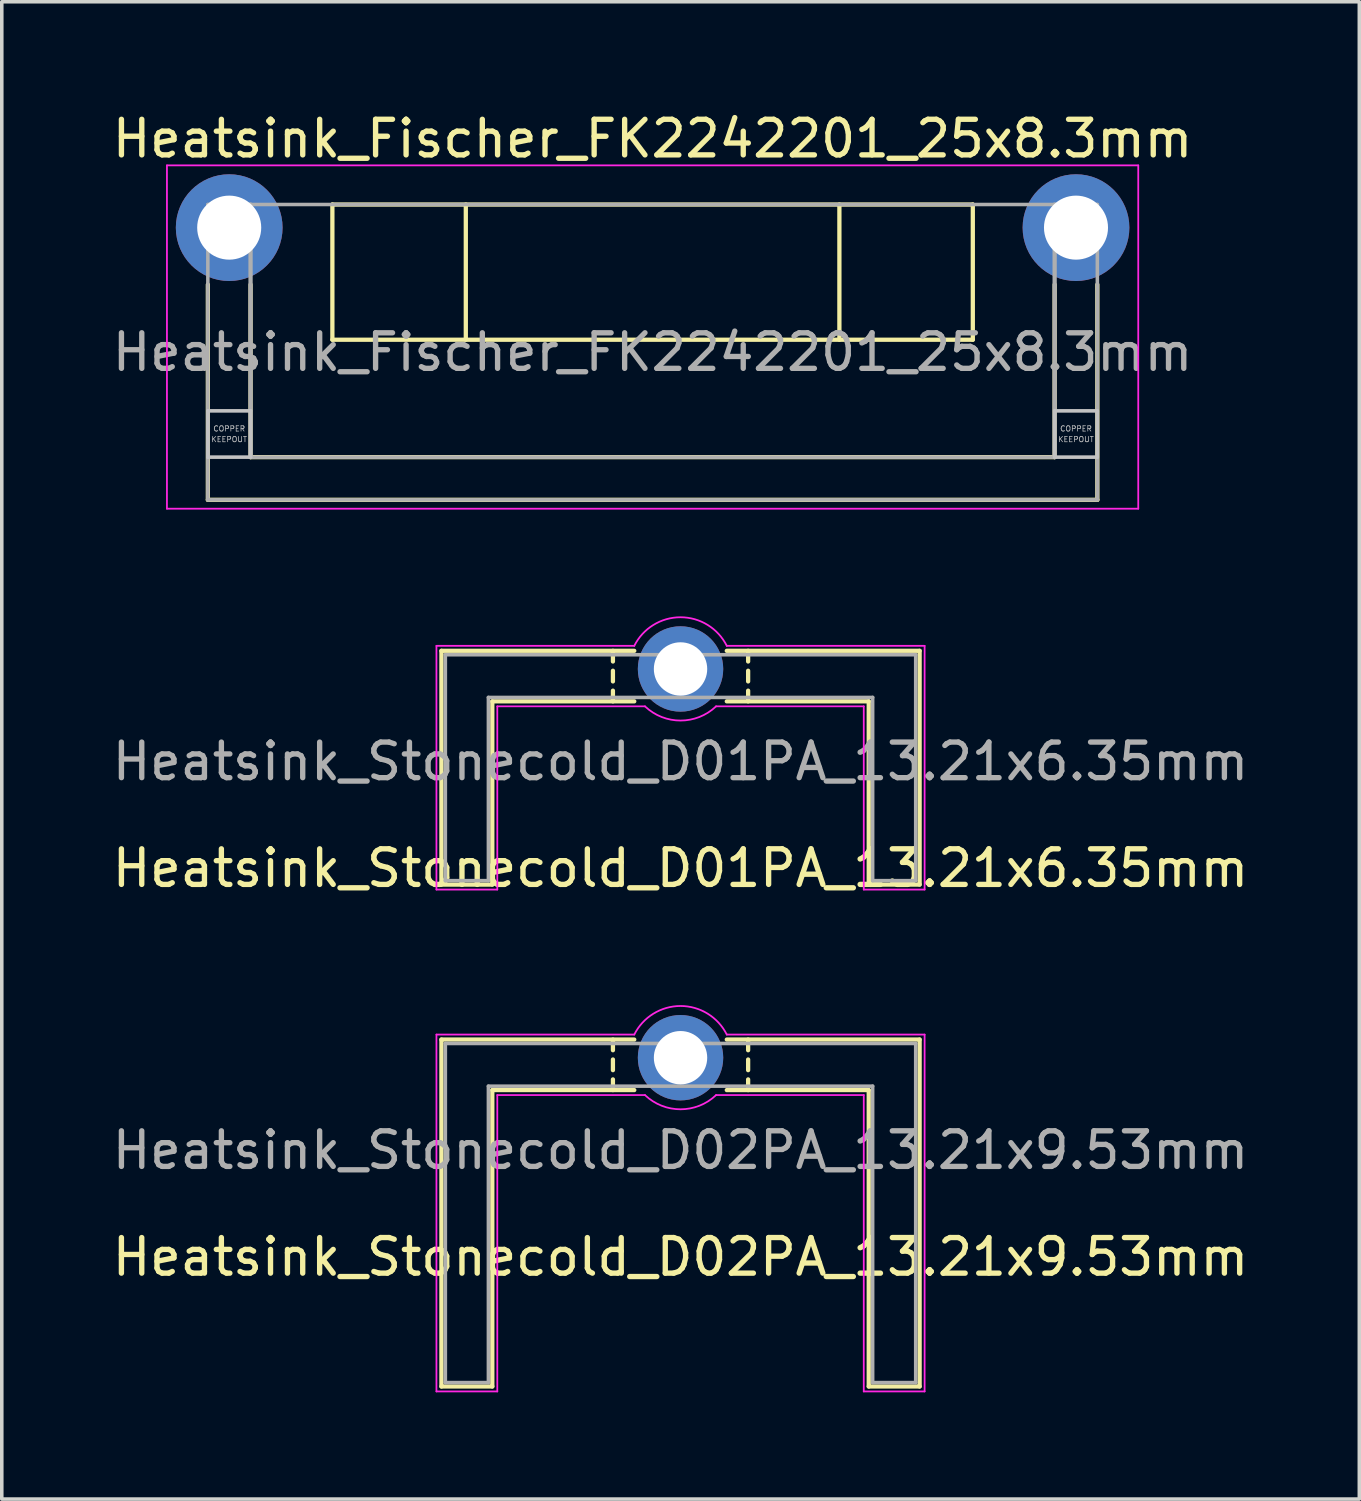
<source format=kicad_pcb>
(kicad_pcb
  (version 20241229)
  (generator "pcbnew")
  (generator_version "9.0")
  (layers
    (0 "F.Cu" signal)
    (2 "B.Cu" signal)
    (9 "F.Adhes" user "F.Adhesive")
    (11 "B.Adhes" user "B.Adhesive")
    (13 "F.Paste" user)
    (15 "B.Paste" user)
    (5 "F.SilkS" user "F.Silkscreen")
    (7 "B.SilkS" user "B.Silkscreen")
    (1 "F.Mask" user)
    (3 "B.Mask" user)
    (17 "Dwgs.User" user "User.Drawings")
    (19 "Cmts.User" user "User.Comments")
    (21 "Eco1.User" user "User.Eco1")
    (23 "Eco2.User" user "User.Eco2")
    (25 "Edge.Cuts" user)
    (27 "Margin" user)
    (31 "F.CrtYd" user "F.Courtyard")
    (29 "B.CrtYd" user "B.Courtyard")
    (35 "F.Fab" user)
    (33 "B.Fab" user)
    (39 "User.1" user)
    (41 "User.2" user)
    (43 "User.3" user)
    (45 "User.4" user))
  (footprint "Heatsink_Stonecold_D01PA_13.21x6.35mm"
    (layer "F.Cu")
    (at 16.077 15.752)
    (property "Reference" "Heatsink_Stonecold_D01PA_13.21x6.35mm" (at 0 5.6 0) (layer "F.SilkS") (effects (font (size 1 1) (thickness 0.15))))
    (attr through_hole)
    (fp_line (start -6.72 -0.51) (end -6.72 6.06) (stroke (width 0.12) (type solid)) (layer "F.SilkS"))
    (fp_line (start -6.72 -0.51) (end -1.3 -0.51) (stroke (width 0.12) (type solid)) (layer "F.SilkS"))
    (fp_line (start -6.72 6.06) (end -5.29 6.06) (stroke (width 0.12) (type solid)) (layer "F.SilkS"))
    (fp_line (start -5.29 0.91) (end -1.3 0.91) (stroke (width 0.12) (type solid)) (layer "F.SilkS"))
    (fp_line (start -5.29 6.06) (end -5.29 0.91) (stroke (width 0.12) (type solid)) (layer "F.SilkS"))
    (fp_line (start -1.9 -0.51) (end -1.9 -0.21) (stroke (width 0.12) (type solid)) (layer "F.SilkS"))
    (fp_line (start -1.9 0.05) (end -1.9 0.35) (stroke (width 0.12) (type solid)) (layer "F.SilkS"))
    (fp_line (start -1.9 0.61) (end -1.9 0.91) (stroke (width 0.12) (type solid)) (layer "F.SilkS"))
    (fp_line (start 1.3 -0.51) (end 6.72 -0.51) (stroke (width 0.12) (type solid)) (layer "F.SilkS"))
    (fp_line (start 1.3 0.91) (end 5.29 0.91) (stroke (width 0.12) (type solid)) (layer "F.SilkS"))
    (fp_line (start 1.9 -0.51) (end 1.9 -0.21) (stroke (width 0.12) (type solid)) (layer "F.SilkS"))
    (fp_line (start 1.9 0.05) (end 1.9 0.35) (stroke (width 0.12) (type solid)) (layer "F.SilkS"))
    (fp_line (start 1.9 0.61) (end 1.9 0.91) (stroke (width 0.12) (type solid)) (layer "F.SilkS"))
    (fp_line (start 5.29 0.91) (end 5.29 6.06) (stroke (width 0.12) (type solid)) (layer "F.SilkS"))
    (fp_line (start 5.29 6.06) (end 6.72 6.06) (stroke (width 0.12) (type solid)) (layer "F.SilkS"))
    (fp_line (start 6.72 -0.51) (end 6.72 6.06) (stroke (width 0.12) (type solid)) (layer "F.SilkS"))
    (fp_line (start -6.86 -0.65) (end -6.86 6.2) (stroke (width 0.05) (type solid)) (layer "F.CrtYd"))
    (fp_line (start -6.86 -0.65) (end -1.3 -0.65) (stroke (width 0.05) (type solid)) (layer "F.CrtYd"))
    (fp_line (start -6.86 6.2) (end -5.15 6.2) (stroke (width 0.05) (type solid)) (layer "F.CrtYd"))
    (fp_line (start -5.15 1.05) (end -5.15 6.2) (stroke (width 0.05) (type solid)) (layer "F.CrtYd"))
    (fp_line (start -5.15 1.05) (end -1 1.05) (stroke (width 0.05) (type solid)) (layer "F.CrtYd"))
    (fp_line (start 1 1.05) (end 5.15 1.05) (stroke (width 0.05) (type solid)) (layer "F.CrtYd"))
    (fp_line (start 1.3 -0.65) (end 6.86 -0.65) (stroke (width 0.05) (type solid)) (layer "F.CrtYd"))
    (fp_line (start 5.15 1.05) (end 5.15 6.2) (stroke (width 0.05) (type solid)) (layer "F.CrtYd"))
    (fp_line (start 5.15 6.2) (end 6.86 6.2) (stroke (width 0.05) (type solid)) (layer "F.CrtYd"))
    (fp_line (start 6.86 -0.65) (end 6.86 6.2) (stroke (width 0.05) (type solid)) (layer "F.CrtYd"))
    (fp_arc (start -1.3 -0.65) (mid 0 -1.453444) (end 1.3 -0.65) (stroke (width 0.05) (type solid)) (layer "F.CrtYd"))
    (fp_arc (start 1 1.05) (mid 0 1.45) (end -1 1.05) (stroke (width 0.05) (type solid)) (layer "F.CrtYd"))
    (fp_line (start -6.61 -0.4) (end -6.61 5.95) (stroke (width 0.1) (type solid)) (layer "F.Fab"))
    (fp_line (start -6.61 -0.4) (end 6.61 -0.4) (stroke (width 0.1) (type solid)) (layer "F.Fab"))
    (fp_line (start -6.61 5.95) (end -5.4 5.95) (stroke (width 0.1) (type solid)) (layer "F.Fab"))
    (fp_line (start -5.4 0.8) (end -5.4 5.95) (stroke (width 0.1) (type solid)) (layer "F.Fab"))
    (fp_line (start -5.4 0.8) (end 5.4 0.8) (stroke (width 0.1) (type solid)) (layer "F.Fab"))
    (fp_line (start 5.4 0.8) (end 5.4 5.95) (stroke (width 0.1) (type solid)) (layer "F.Fab"))
    (fp_line (start 5.4 5.95) (end 6.61 5.95) (stroke (width 0.1) (type solid)) (layer "F.Fab"))
    (fp_line (start 6.61 -0.4) (end 6.61 5.95) (stroke (width 0.1) (type solid)) (layer "F.Fab"))
    (fp_text user "${REFERENCE}" (at 0 2.6 0) (layer "F.Fab") (effects (font (size 1 1) (thickness 0.15))))
    (pad "1" thru_hole circle (at 0 0) (size 2.4 2.4) (drill 1.5) (layers "*.Cu" "*.Mask")))
  (footprint "Heatsink_Stonecold_D02PA_13.21x9.53mm"
    (layer "F.Cu")
    (at 16.077 26.678)
    (property "Reference" "Heatsink_Stonecold_D02PA_13.21x9.53mm" (at 0 5.6 0) (layer "F.SilkS") (effects (font (size 1 1) (thickness 0.15))))
    (attr through_hole)
    (fp_line (start -6.72 -0.51) (end -6.72 9.24) (stroke (width 0.12) (type solid)) (layer "F.SilkS"))
    (fp_line (start -6.72 -0.51) (end -1.3 -0.51) (stroke (width 0.12) (type solid)) (layer "F.SilkS"))
    (fp_line (start -6.72 9.24) (end -5.29 9.24) (stroke (width 0.12) (type solid)) (layer "F.SilkS"))
    (fp_line (start -5.29 0.91) (end -1.3 0.91) (stroke (width 0.12) (type solid)) (layer "F.SilkS"))
    (fp_line (start -5.29 9.24) (end -5.29 0.91) (stroke (width 0.12) (type solid)) (layer "F.SilkS"))
    (fp_line (start -1.9 -0.51) (end -1.9 -0.21) (stroke (width 0.12) (type solid)) (layer "F.SilkS"))
    (fp_line (start -1.9 0.05) (end -1.9 0.35) (stroke (width 0.12) (type solid)) (layer "F.SilkS"))
    (fp_line (start -1.9 0.61) (end -1.9 0.91) (stroke (width 0.12) (type solid)) (layer "F.SilkS"))
    (fp_line (start 1.3 -0.51) (end 6.72 -0.51) (stroke (width 0.12) (type solid)) (layer "F.SilkS"))
    (fp_line (start 1.3 0.91) (end 5.29 0.91) (stroke (width 0.12) (type solid)) (layer "F.SilkS"))
    (fp_line (start 1.9 -0.51) (end 1.9 -0.21) (stroke (width 0.12) (type solid)) (layer "F.SilkS"))
    (fp_line (start 1.9 0.05) (end 1.9 0.35) (stroke (width 0.12) (type solid)) (layer "F.SilkS"))
    (fp_line (start 1.9 0.61) (end 1.9 0.91) (stroke (width 0.12) (type solid)) (layer "F.SilkS"))
    (fp_line (start 5.29 0.91) (end 5.29 9.24) (stroke (width 0.12) (type solid)) (layer "F.SilkS"))
    (fp_line (start 5.29 9.24) (end 6.72 9.24) (stroke (width 0.12) (type solid)) (layer "F.SilkS"))
    (fp_line (start 6.72 -0.51) (end 6.72 9.24) (stroke (width 0.12) (type solid)) (layer "F.SilkS"))
    (fp_line (start -6.86 -0.65) (end -6.86 9.38) (stroke (width 0.05) (type solid)) (layer "F.CrtYd"))
    (fp_line (start -6.86 -0.65) (end -1.3 -0.65) (stroke (width 0.05) (type solid)) (layer "F.CrtYd"))
    (fp_line (start -6.86 9.38) (end -5.15 9.38) (stroke (width 0.05) (type solid)) (layer "F.CrtYd"))
    (fp_line (start -5.15 1.05) (end -5.15 9.38) (stroke (width 0.05) (type solid)) (layer "F.CrtYd"))
    (fp_line (start -5.15 1.05) (end -1 1.05) (stroke (width 0.05) (type solid)) (layer "F.CrtYd"))
    (fp_line (start 1 1.05) (end 5.15 1.05) (stroke (width 0.05) (type solid)) (layer "F.CrtYd"))
    (fp_line (start 1.3 -0.65) (end 6.86 -0.65) (stroke (width 0.05) (type solid)) (layer "F.CrtYd"))
    (fp_line (start 5.15 1.05) (end 5.15 9.38) (stroke (width 0.05) (type solid)) (layer "F.CrtYd"))
    (fp_line (start 5.15 9.38) (end 6.86 9.38) (stroke (width 0.05) (type solid)) (layer "F.CrtYd"))
    (fp_line (start 6.86 -0.65) (end 6.86 9.38) (stroke (width 0.05) (type solid)) (layer "F.CrtYd"))
    (fp_arc (start -1.3 -0.65) (mid 0 -1.453444) (end 1.3 -0.65) (stroke (width 0.05) (type solid)) (layer "F.CrtYd"))
    (fp_arc (start 1 1.05) (mid 0 1.45) (end -1 1.05) (stroke (width 0.05) (type solid)) (layer "F.CrtYd"))
    (fp_line (start -6.61 -0.4) (end -6.61 9.13) (stroke (width 0.1) (type solid)) (layer "F.Fab"))
    (fp_line (start -6.61 -0.4) (end 6.61 -0.4) (stroke (width 0.1) (type solid)) (layer "F.Fab"))
    (fp_line (start -6.61 9.13) (end -5.4 9.13) (stroke (width 0.1) (type solid)) (layer "F.Fab"))
    (fp_line (start -5.4 0.8) (end -5.4 9.13) (stroke (width 0.1) (type solid)) (layer "F.Fab"))
    (fp_line (start -5.4 0.8) (end 5.4 0.8) (stroke (width 0.1) (type solid)) (layer "F.Fab"))
    (fp_line (start 5.4 0.8) (end 5.4 9.13) (stroke (width 0.1) (type solid)) (layer "F.Fab"))
    (fp_line (start 5.4 9.13) (end 6.61 9.13) (stroke (width 0.1) (type solid)) (layer "F.Fab"))
    (fp_line (start 6.61 -0.4) (end 6.61 9.13) (stroke (width 0.1) (type solid)) (layer "F.Fab"))
    (fp_text user "${REFERENCE}" (at 0 2.6 0) (layer "F.Fab") (effects (font (size 1 1) (thickness 0.15))))
    (pad "1" thru_hole circle (at 0 0) (size 2.4 2.4) (drill 1.5) (layers "*.Cu" "*.Mask")))
  (footprint "Heatsink_Fischer_FK2242201_25x8.3mm"
    (layer "F.Cu")
    (at 3.392 3.348)
    (property "Reference" "Heatsink_Fischer_FK2242201_25x8.3mm" (at 11.9 -2.5 180) (layer "F.SilkS") (effects (font (size 1 1) (thickness 0.15))))
    (attr smd)
    (fp_line (start -0.6 1.6) (end -0.6 7.65) (stroke (width 0.12) (type solid)) (layer "F.SilkS"))
    (fp_line (start 0.6 1.6) (end 0.6 6.45) (stroke (width 0.12) (type solid)) (layer "F.SilkS"))
    (fp_line (start 2.9 -0.65) (end 2.9 3.15) (stroke (width 0.12) (type solid)) (layer "F.SilkS"))
    (fp_line (start 2.9 3.15) (end 20.9 3.15) (stroke (width 0.12) (type solid)) (layer "F.SilkS"))
    (fp_line (start 6.65 -0.65) (end 6.65 3.15) (stroke (width 0.12) (type solid)) (layer "F.SilkS"))
    (fp_line (start 17.15 -0.65) (end 17.15 3.15) (stroke (width 0.12) (type solid)) (layer "F.SilkS"))
    (fp_line (start 20.9 -0.65) (end 2.9 -0.65) (stroke (width 0.12) (type solid)) (layer "F.SilkS"))
    (fp_line (start 20.9 3.15) (end 20.9 -0.65) (stroke (width 0.12) (type solid)) (layer "F.SilkS"))
    (fp_line (start 23.2 1.6) (end 23.2 6.45) (stroke (width 0.12) (type solid)) (layer "F.SilkS"))
    (fp_line (start 23.2 6.45) (end 0.6 6.45) (stroke (width 0.12) (type solid)) (layer "F.SilkS"))
    (fp_line (start 24.4 1.6) (end 24.4 7.65) (stroke (width 0.12) (type solid)) (layer "F.SilkS"))
    (fp_line (start 24.4 7.65) (end -0.6 7.65) (stroke (width 0.12) (type solid)) (layer "F.SilkS"))
    (fp_line (start -0.6 5.15) (end 0.6 5.15) (stroke (width 0.1) (type solid)) (layer "Dwgs.User"))
    (fp_line (start -0.6 6.45) (end -0.6 5.15) (stroke (width 0.1) (type solid)) (layer "Dwgs.User"))
    (fp_line (start 0.6 5.15) (end 0.6 6.45) (stroke (width 0.1) (type solid)) (layer "Dwgs.User"))
    (fp_line (start 0.6 6.45) (end -0.6 6.45) (stroke (width 0.1) (type solid)) (layer "Dwgs.User"))
    (fp_line (start 23.2 5.15) (end 24.4 5.15) (stroke (width 0.1) (type solid)) (layer "Dwgs.User"))
    (fp_line (start 23.2 6.45) (end 23.2 5.15) (stroke (width 0.1) (type solid)) (layer "Dwgs.User"))
    (fp_line (start 24.4 5.15) (end 24.4 6.45) (stroke (width 0.1) (type solid)) (layer "Dwgs.User"))
    (fp_line (start 24.4 6.45) (end 23.2 6.45) (stroke (width 0.1) (type solid)) (layer "Dwgs.User"))
    (fp_line (start -1.75 -1.75) (end -1.75 7.9) (stroke (width 0.05) (type solid)) (layer "F.CrtYd"))
    (fp_line (start -1.75 -1.75) (end 25.55 -1.75) (stroke (width 0.05) (type solid)) (layer "F.CrtYd"))
    (fp_line (start 25.55 7.9) (end -1.75 7.9) (stroke (width 0.05) (type solid)) (layer "F.CrtYd"))
    (fp_line (start 25.55 7.9) (end 25.55 -1.75) (stroke (width 0.05) (type solid)) (layer "F.CrtYd"))
    (fp_line (start -0.6 -0.65) (end 24.4 -0.65) (stroke (width 0.1) (type solid)) (layer "F.Fab"))
    (fp_line (start -0.6 7.65) (end -0.6 -0.65) (stroke (width 0.1) (type solid)) (layer "F.Fab"))
    (fp_line (start 0.6 -0.65) (end 0.6 6.45) (stroke (width 0.12) (type solid)) (layer "F.Fab"))
    (fp_line (start 23.2 -0.65) (end 23.2 6.45) (stroke (width 0.12) (type solid)) (layer "F.Fab"))
    (fp_line (start 23.2 6.45) (end 0.6 6.45) (stroke (width 0.1) (type solid)) (layer "F.Fab"))
    (fp_line (start 24.4 -0.65) (end 24.4 7.65) (stroke (width 0.1) (type solid)) (layer "F.Fab"))
    (fp_line (start 24.4 7.65) (end -0.6 7.65) (stroke (width 0.1) (type solid)) (layer "F.Fab"))
    (fp_text user "KEEPOUT" (at 0 5.95 0) (layer "Dwgs.User") (effects (font (size 0.15 0.15) (thickness 0.02))))
    (fp_text user "KEEPOUT" (at 23.8 5.95 0) (layer "Dwgs.User") (effects (font (size 0.15 0.15) (thickness 0.02))))
    (fp_text user "COPPER" (at 23.8 5.65 0) (layer "Dwgs.User") (effects (font (size 0.15 0.15) (thickness 0.02))))
    (fp_text user "COPPER" (at 0 5.65 0) (layer "Dwgs.User") (effects (font (size 0.15 0.15) (thickness 0.02))))
    (fp_text user "${REFERENCE}" (at 11.9 3.5 0) (layer "F.Fab") (effects (font (size 1 1) (thickness 0.15))))
    (pad "1" thru_hole circle (at 0 0) (size 3 3) (drill 1.8) (layers "*.Cu" "*.Mask"))
    (pad "1" thru_hole circle (at 23.8 0) (size 3 3) (drill 1.8) (layers "*.Cu" "*.Mask")))
  (gr_rect
    (start -3 -3)
    (end 35.155 39.083)
    (stroke (width 0.1) (type default))
    (fill no)
    (layer "Edge.Cuts")))
</source>
